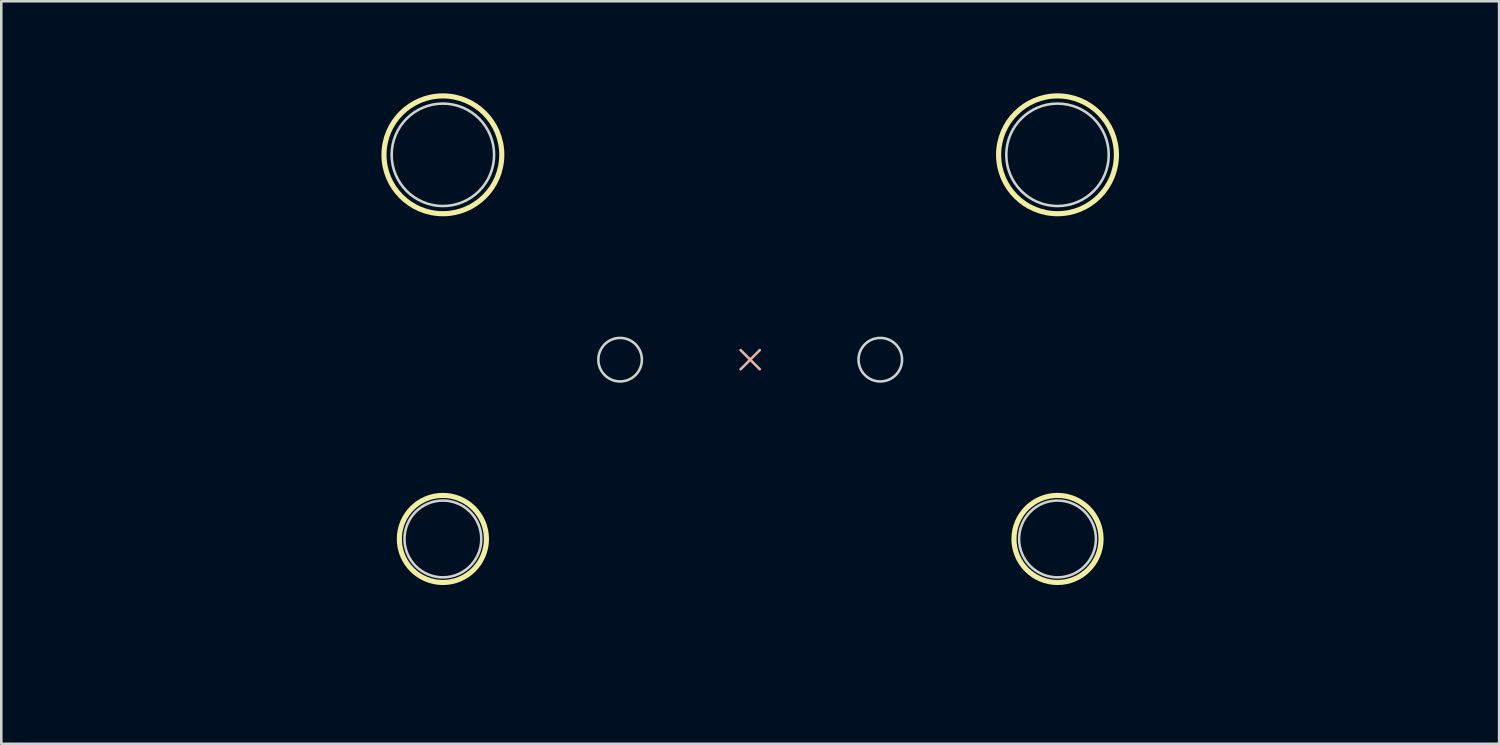
<source format=kicad_pcb>
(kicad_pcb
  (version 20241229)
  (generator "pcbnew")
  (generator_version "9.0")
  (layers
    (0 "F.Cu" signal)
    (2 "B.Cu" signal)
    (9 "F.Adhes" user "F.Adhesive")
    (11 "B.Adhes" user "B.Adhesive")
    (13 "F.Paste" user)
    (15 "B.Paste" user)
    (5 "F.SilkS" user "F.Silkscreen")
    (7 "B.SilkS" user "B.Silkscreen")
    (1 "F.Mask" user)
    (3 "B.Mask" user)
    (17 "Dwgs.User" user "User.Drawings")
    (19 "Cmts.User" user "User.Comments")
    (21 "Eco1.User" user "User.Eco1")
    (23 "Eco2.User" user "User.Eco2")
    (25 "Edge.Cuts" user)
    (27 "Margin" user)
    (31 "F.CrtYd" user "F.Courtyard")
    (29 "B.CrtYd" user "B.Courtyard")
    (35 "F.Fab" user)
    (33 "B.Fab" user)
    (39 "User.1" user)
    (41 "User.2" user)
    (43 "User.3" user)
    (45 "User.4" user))
  (footprint "HE_Switch_2.75U"
    (layer "F.Cu")
    (at 26.244 10.995)
    (property "Reference" "HE_Switch_2.75U" (at 0 -7 0) (unlocked yes) (layer "B.Mask") (effects (font (size 1.5 1.5) (thickness 0.3)) (justify mirror)))
    (attr through_hole)
    (fp_circle (center -12 -8) (end -9.7 -8) (stroke (width 0.2) (type default)) (fill no) (layer "F.SilkS"))
    (fp_circle (center -12 7) (end -10.3 7) (stroke (width 0.2) (type default)) (fill no) (layer "F.SilkS"))
    (fp_circle (center 12 -8) (end 14.3 -8) (stroke (width 0.2) (type default)) (fill no) (layer "F.SilkS"))
    (fp_circle (center 12 7) (end 13.7 7) (stroke (width 0.2) (type default)) (fill no) (layer "F.SilkS"))
    (fp_line (start -0.375 0.375) (end 0.375 -0.375) (stroke (width 0.1) (type default)) (layer "B.SilkS"))
    (fp_line (start 0.375 0.375) (end -0.375 -0.375) (stroke (width 0.1) (type default)) (layer "B.SilkS"))
    (fp_circle (center -12 -8) (end -10 -8) (stroke (width 0.1) (type default)) (fill no) (layer "Edge.Cuts"))
    (fp_circle (center -12 7) (end -10.5 7) (stroke (width 0.1) (type default)) (fill no) (layer "Edge.Cuts"))
    (fp_circle (center -5.08 0) (end -4.23 0) (stroke (width 0.1) (type default)) (fill no) (layer "Edge.Cuts"))
    (fp_circle (center 5.08 0) (end 5.93 0) (stroke (width 0.1) (type default)) (fill no) (layer "Edge.Cuts"))
    (fp_circle (center 12 -8) (end 14 -8) (stroke (width 0.1) (type default)) (fill no) (layer "Edge.Cuts"))
    (fp_circle (center 12 7) (end 13.5 7) (stroke (width 0.1) (type default)) (fill no) (layer "Edge.Cuts"))
    (fp_rect (start -26.194 -9.525) (end 26.194 9.525) (stroke (width 0.1) (type default)) (fill no) (layer "User.3"))
    (zone (net_name "") (layers "F.Cu" "B.Cu") (hatch edge 0.5) (connect_pads) (min_thickness 0.25) (filled_areas_thickness no) (keepout (tracks not_allowed) (vias not_allowed) (pads not_allowed) (copperpour not_allowed) (footprints not_allowed)) (placement (enabled no)) (fill) (polygon (pts (xy 11.444 17.995) (xy 17.044 17.995) (xy 17.044 22.995) (xy 11.444 22.995))))
    (zone (net_name "") (layers "F.Cu" "B.Cu") (hatch edge 0.5) (connect_pads) (min_thickness 0.25) (filled_areas_thickness no) (keepout (tracks not_allowed) (vias not_allowed) (pads not_allowed) (copperpour not_allowed) (footprints not_allowed)) (placement (enabled no)) (fill) (polygon (pts (xy 35.444 17.995) (xy 41.044 17.995) (xy 41.044 22.995) (xy 35.444 22.995))))
    (zone (net_name "") (layers "F.Cu" "B.Cu") (hatch edge 0.5) (connect_pads) (min_thickness 0.25) (filled_areas_thickness no) (keepout (tracks not_allowed) (vias not_allowed) (pads not_allowed) (copperpour not_allowed) (footprints not_allowed)) (placement (enabled no)) (fill) (polygon (pts (xy 22.314 10.995) (xy 22.294 10.784) (xy 22.236 10.579) (xy 22.142 10.39) (xy 22.014 10.22) (xy 21.857 10.077) (xy 21.676 9.965) (xy 21.478 9.889) (xy 21.27 9.85) (xy 21.058 9.85) (xy 20.849 9.889) (xy 20.651 9.965) (xy 20.471 10.077) (xy 20.314 10.22) (xy 20.186 10.39) (xy 20.091 10.579) (xy 20.033 10.784) (xy 20.014 10.995) (xy 20.033 11.206) (xy 20.091 11.41) (xy 20.186 11.6) (xy 20.314 11.77) (xy 20.471 11.913) (xy 20.651 12.024) (xy 20.849 12.101) (xy 21.058 12.14) (xy 21.27 12.14) (xy 21.478 12.101) (xy 21.676 12.024) (xy 21.857 11.913) (xy 22.014 11.77) (xy 22.142 11.6) (xy 22.236 11.41) (xy 22.294 11.206))))
    (zone (net_name "") (layers "F.Cu" "B.Cu") (hatch edge 0.5) (connect_pads) (min_thickness 0.25) (filled_areas_thickness no) (keepout (tracks not_allowed) (vias not_allowed) (pads not_allowed) (copperpour not_allowed) (footprints not_allowed)) (placement (enabled no)) (fill) (polygon (pts (xy 32.474 10.995) (xy 32.454 10.784) (xy 32.396 10.579) (xy 32.301 10.39) (xy 32.174 10.22) (xy 32.017 10.077) (xy 31.836 9.965) (xy 31.638 9.889) (xy 31.43 9.85) (xy 31.218 9.85) (xy 31.009 9.889) (xy 30.811 9.965) (xy 30.631 10.077) (xy 30.474 10.22) (xy 30.346 10.39) (xy 30.251 10.579) (xy 30.193 10.784) (xy 30.174 10.995) (xy 30.193 11.206) (xy 30.251 11.41) (xy 30.346 11.6) (xy 30.474 11.77) (xy 30.631 11.913) (xy 30.811 12.024) (xy 31.009 12.101) (xy 31.218 12.14) (xy 31.43 12.14) (xy 31.638 12.101) (xy 31.836 12.024) (xy 32.017 11.913) (xy 32.174 11.77) (xy 32.301 11.6) (xy 32.396 11.41) (xy 32.454 11.206))))
    (zone (net_name "") (layers "F.Cu" "B.Cu") (hatch edge 0.5) (connect_pads) (min_thickness 0.25) (filled_areas_thickness no) (keepout (tracks not_allowed) (vias not_allowed) (pads not_allowed) (copperpour not_allowed) (footprints not_allowed)) (placement (enabled no)) (fill) (polygon (pts (xy 17.044 17.995) (xy 17.025 17.67) (xy 16.968 17.349) (xy 16.875 17.037) (xy 16.746 16.738) (xy 16.583 16.456) (xy 16.389 16.195) (xy 16.165 15.958) (xy 15.916 15.749) (xy 15.644 15.57) (xy 15.353 15.424) (xy 15.047 15.313) (xy 14.73 15.237) (xy 14.407 15.2) (xy 14.081 15.2) (xy 13.758 15.237) (xy 13.441 15.313) (xy 13.135 15.424) (xy 12.844 15.57) (xy 12.572 15.749) (xy 12.322 15.958) (xy 12.099 16.195) (xy 11.904 16.456) (xy 11.742 16.738) (xy 11.613 17.037) (xy 11.519 17.349) (xy 11.463 17.67) (xy 11.444 17.995) (xy 11.463 18.32) (xy 11.519 18.641) (xy 11.613 18.953) (xy 11.742 19.252) (xy 11.904 19.534) (xy 12.099 19.795) (xy 12.322 20.032) (xy 12.572 20.241) (xy 12.844 20.42) (xy 13.135 20.566) (xy 13.441 20.677) (xy 13.758 20.752) (xy 14.081 20.79) (xy 14.407 20.79) (xy 14.73 20.752) (xy 15.047 20.677) (xy 15.353 20.566) (xy 15.644 20.42) (xy 15.916 20.241) (xy 16.165 20.032) (xy 16.389 19.795) (xy 16.583 19.534) (xy 16.746 19.252) (xy 16.875 18.953) (xy 16.968 18.641) (xy 17.025 18.32))))
    (zone (net_name "") (layers "F.Cu" "B.Cu") (hatch edge 0.5) (connect_pads) (min_thickness 0.25) (filled_areas_thickness no) (keepout (tracks not_allowed) (vias not_allowed) (pads not_allowed) (copperpour not_allowed) (footprints not_allowed)) (placement (enabled no)) (fill) (polygon (pts (xy 17.244 2.995) (xy 17.223 2.647) (xy 17.163 2.303) (xy 17.063 1.969) (xy 16.925 1.649) (xy 16.75 1.346) (xy 16.542 1.067) (xy 16.302 0.813) (xy 16.035 0.589) (xy 15.744 0.397) (xy 15.432 0.24) (xy 15.104 0.121) (xy 14.765 0.041) (xy 14.418 0) (xy 14.069 0) (xy 13.723 0.041) (xy 13.383 0.121) (xy 13.056 0.24) (xy 12.744 0.397) (xy 12.452 0.589) (xy 12.185 0.813) (xy 11.946 1.067) (xy 11.737 1.346) (xy 11.563 1.649) (xy 11.425 1.969) (xy 11.325 2.303) (xy 11.264 2.647) (xy 11.244 2.995) (xy 11.264 3.343) (xy 11.325 3.687) (xy 11.425 4.021) (xy 11.563 4.341) (xy 11.737 4.643) (xy 11.946 4.923) (xy 12.185 5.177) (xy 12.452 5.401) (xy 12.744 5.593) (xy 13.056 5.75) (xy 13.383 5.869) (xy 13.723 5.949) (xy 14.069 5.99) (xy 14.418 5.99) (xy 14.765 5.949) (xy 15.104 5.869) (xy 15.432 5.75) (xy 15.744 5.593) (xy 16.035 5.401) (xy 16.302 5.177) (xy 16.542 4.923) (xy 16.75 4.643) (xy 16.925 4.341) (xy 17.063 4.021) (xy 17.163 3.687) (xy 17.223 3.343))))
    (zone (net_name "") (layers "F.Cu" "B.Cu") (hatch edge 0.5) (connect_pads) (min_thickness 0.25) (filled_areas_thickness no) (keepout (tracks not_allowed) (vias not_allowed) (pads not_allowed) (copperpour not_allowed) (footprints not_allowed)) (placement (enabled no)) (fill) (polygon (pts (xy 41.044 17.995) (xy 41.025 17.67) (xy 40.968 17.349) (xy 40.875 17.037) (xy 40.746 16.738) (xy 40.583 16.456) (xy 40.389 16.195) (xy 40.165 15.958) (xy 39.916 15.749) (xy 39.644 15.57) (xy 39.353 15.424) (xy 39.047 15.313) (xy 38.73 15.237) (xy 38.407 15.2) (xy 38.081 15.2) (xy 37.758 15.237) (xy 37.441 15.313) (xy 37.135 15.424) (xy 36.844 15.57) (xy 36.572 15.749) (xy 36.322 15.958) (xy 36.099 16.195) (xy 35.904 16.456) (xy 35.742 16.738) (xy 35.613 17.037) (xy 35.519 17.349) (xy 35.463 17.67) (xy 35.444 17.995) (xy 35.463 18.32) (xy 35.519 18.641) (xy 35.613 18.953) (xy 35.742 19.252) (xy 35.904 19.534) (xy 36.099 19.795) (xy 36.322 20.032) (xy 36.572 20.241) (xy 36.844 20.42) (xy 37.135 20.566) (xy 37.441 20.677) (xy 37.758 20.752) (xy 38.081 20.79) (xy 38.407 20.79) (xy 38.73 20.752) (xy 39.047 20.677) (xy 39.353 20.566) (xy 39.644 20.42) (xy 39.916 20.241) (xy 40.165 20.032) (xy 40.389 19.795) (xy 40.583 19.534) (xy 40.746 19.252) (xy 40.875 18.953) (xy 40.968 18.641) (xy 41.025 18.32))))
    (zone (net_name "") (layers "F.Cu" "B.Cu") (hatch edge 0.5) (connect_pads) (min_thickness 0.25) (filled_areas_thickness no) (keepout (tracks not_allowed) (vias not_allowed) (pads not_allowed) (copperpour not_allowed) (footprints not_allowed)) (placement (enabled no)) (fill) (polygon (pts (xy 41.244 2.995) (xy 41.223 2.647) (xy 41.163 2.303) (xy 41.063 1.969) (xy 40.925 1.649) (xy 40.75 1.346) (xy 40.542 1.067) (xy 40.302 0.813) (xy 40.035 0.589) (xy 39.744 0.397) (xy 39.432 0.24) (xy 39.104 0.121) (xy 38.765 0.041) (xy 38.418 0) (xy 38.069 0) (xy 37.723 0.041) (xy 37.383 0.121) (xy 37.056 0.24) (xy 36.744 0.397) (xy 36.452 0.589) (xy 36.185 0.813) (xy 35.946 1.067) (xy 35.737 1.346) (xy 35.563 1.649) (xy 35.425 1.969) (xy 35.325 2.303) (xy 35.264 2.647) (xy 35.244 2.995) (xy 35.264 3.343) (xy 35.325 3.687) (xy 35.425 4.021) (xy 35.563 4.341) (xy 35.737 4.643) (xy 35.946 4.923) (xy 36.185 5.177) (xy 36.452 5.401) (xy 36.744 5.593) (xy 37.056 5.75) (xy 37.383 5.869) (xy 37.723 5.949) (xy 38.069 5.99) (xy 38.418 5.99) (xy 38.765 5.949) (xy 39.104 5.869) (xy 39.432 5.75) (xy 39.744 5.593) (xy 40.035 5.401) (xy 40.302 5.177) (xy 40.542 4.923) (xy 40.75 4.643) (xy 40.925 4.341) (xy 41.063 4.021) (xy 41.163 3.687) (xy 41.223 3.343)))))
  (gr_rect
    (start -3 -3)
    (end 55.487 25.995)
    (stroke (width 0.1) (type default))
    (fill no)
    (layer "Edge.Cuts")))
</source>
